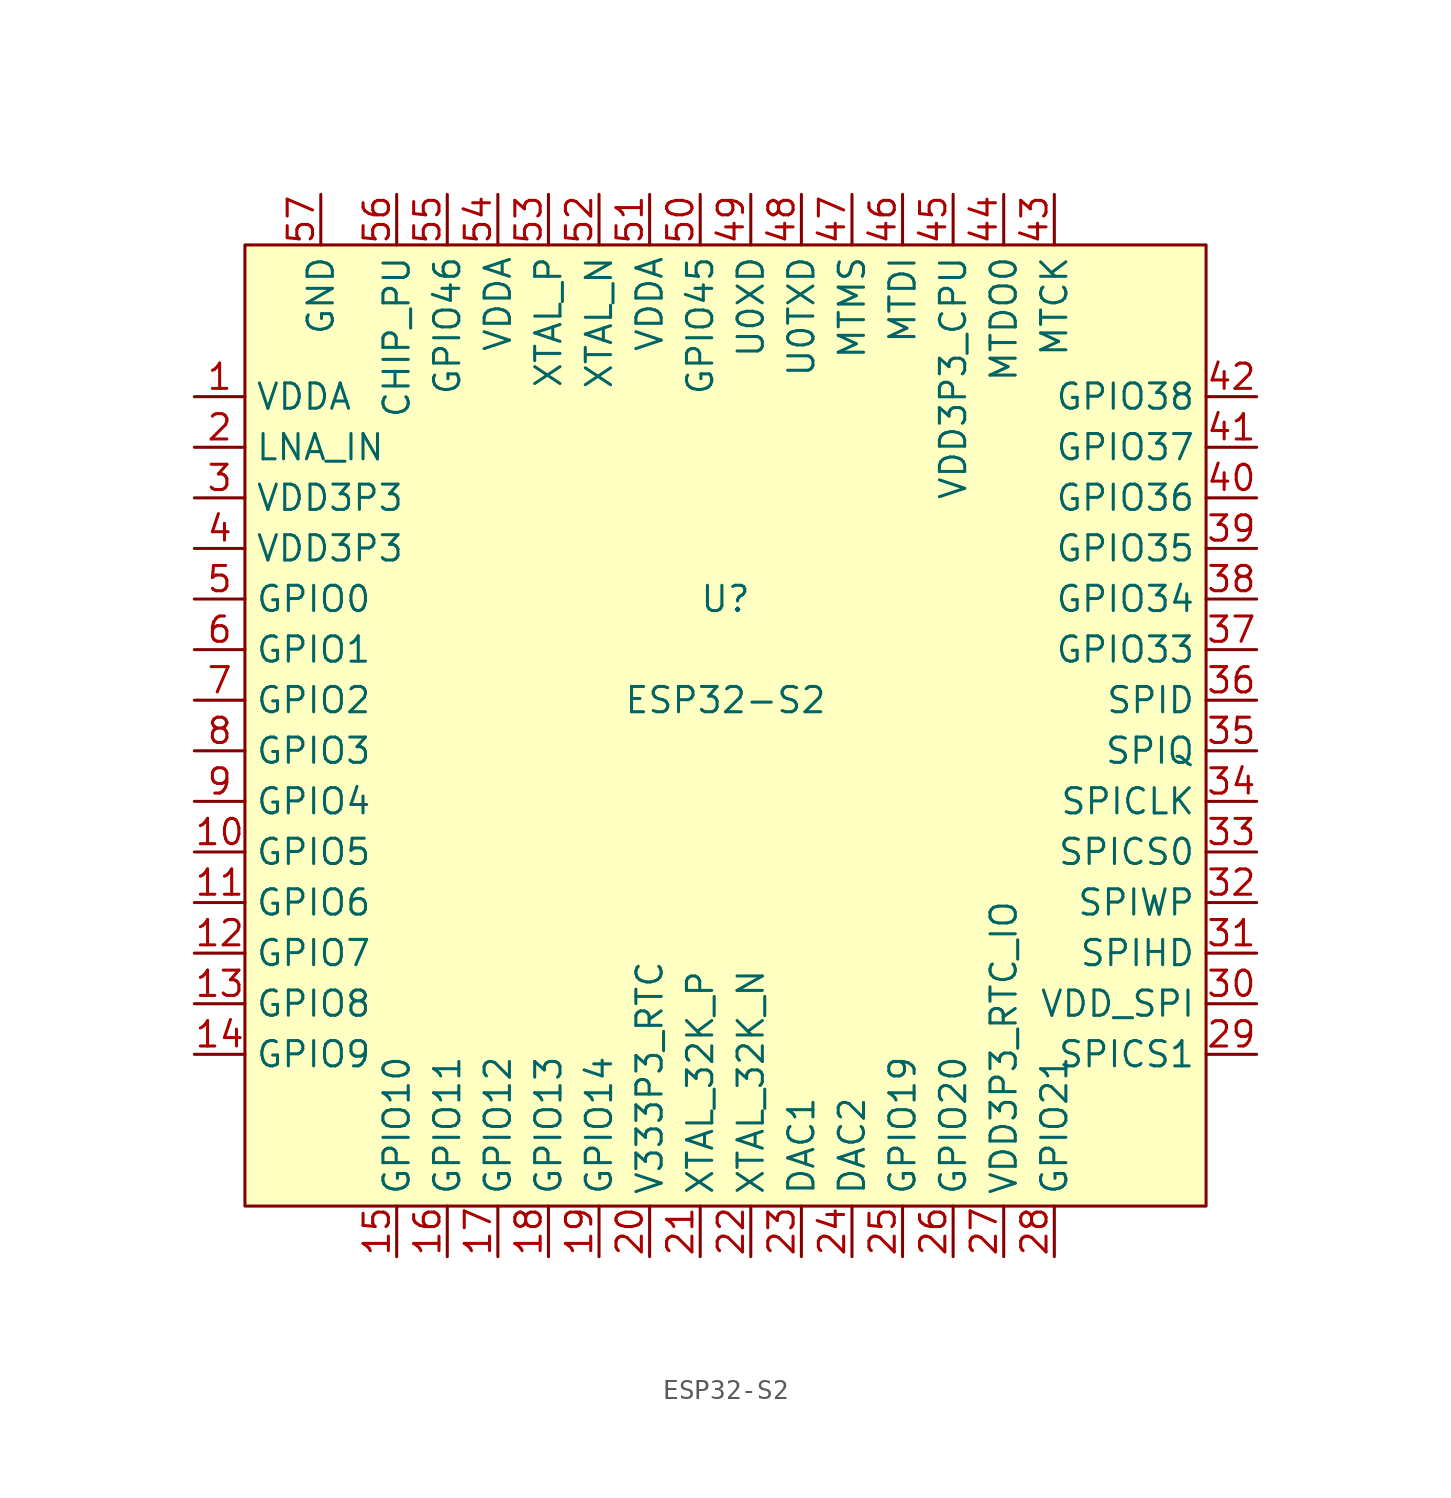
<source format=kicad_sym>
(kicad_symbol_lib
  (version 20211014)
  (generator kicad_symbol_editor)
  (symbol "ESP32-S2"
    (property "Reference" "U"
      (at 0 6.35 0)
      (effects (font (size 1.27 1.27))))
    (property "Value" "ESP32-S2"
      (at 0 1.27 0)
      (effects (font (size 1.27 1.27))))
    (symbol "ESP32-S2_0_1"
      (rectangle (start -24.13 24.13) (end 24.13 -24.13) (stroke (width 0.152) (type default) (color 0 0 0 0)) (fill (type background))))
    (symbol "ESP32-S2_1_1"
      (pin bidirectional line (at -26.67 16.51 0) (length 2.54) (name "VDDA" (effects (font (size 1.27 1.27)))) (number "1" (effects (font (size 1.27 1.27)))))
      (pin bidirectional line (at -26.67 -6.35 0) (length 2.54) (name "GPIO5" (effects (font (size 1.27 1.27)))) (number "10" (effects (font (size 1.27 1.27)))))
      (pin bidirectional line (at -26.67 -8.89 0) (length 2.54) (name "GPIO6" (effects (font (size 1.27 1.27)))) (number "11" (effects (font (size 1.27 1.27)))))
      (pin bidirectional line (at -26.67 -11.43 0) (length 2.54) (name "GPIO7" (effects (font (size 1.27 1.27)))) (number "12" (effects (font (size 1.27 1.27)))))
      (pin bidirectional line (at -26.67 -13.97 0) (length 2.54) (name "GPIO8" (effects (font (size 1.27 1.27)))) (number "13" (effects (font (size 1.27 1.27)))))
      (pin bidirectional line (at -26.67 -16.51 0) (length 2.54) (name "GPIO9" (effects (font (size 1.27 1.27)))) (number "14" (effects (font (size 1.27 1.27)))))
      (pin bidirectional line (at -16.51 -26.67 90) (length 2.54) (name "GPIO10" (effects (font (size 1.27 1.27)))) (number "15" (effects (font (size 1.27 1.27)))))
      (pin bidirectional line (at -13.97 -26.67 90) (length 2.54) (name "GPIO11" (effects (font (size 1.27 1.27)))) (number "16" (effects (font (size 1.27 1.27)))))
      (pin bidirectional line (at -11.43 -26.67 90) (length 2.54) (name "GPIO12" (effects (font (size 1.27 1.27)))) (number "17" (effects (font (size 1.27 1.27)))))
      (pin bidirectional line (at -8.89 -26.67 90) (length 2.54) (name "GPIO13" (effects (font (size 1.27 1.27)))) (number "18" (effects (font (size 1.27 1.27)))))
      (pin bidirectional line (at -6.35 -26.67 90) (length 2.54) (name "GPIO14" (effects (font (size 1.27 1.27)))) (number "19" (effects (font (size 1.27 1.27)))))
      (pin bidirectional line (at -26.67 13.97 0) (length 2.54) (name "LNA_IN" (effects (font (size 1.27 1.27)))) (number "2" (effects (font (size 1.27 1.27)))))
      (pin bidirectional line (at -3.81 -26.67 90) (length 2.54) (name "V333P3_RTC" (effects (font (size 1.27 1.27)))) (number "20" (effects (font (size 1.27 1.27)))))
      (pin bidirectional line (at -1.27 -26.67 90) (length 2.54) (name "XTAL_32K_P" (effects (font (size 1.27 1.27)))) (number "21" (effects (font (size 1.27 1.27)))))
      (pin bidirectional line (at 1.27 -26.67 90) (length 2.54) (name "XTAL_32K_N" (effects (font (size 1.27 1.27)))) (number "22" (effects (font (size 1.27 1.27)))))
      (pin bidirectional line (at 3.81 -26.67 90) (length 2.54) (name "DAC1" (effects (font (size 1.27 1.27)))) (number "23" (effects (font (size 1.27 1.27)))))
      (pin bidirectional line (at 6.35 -26.67 90) (length 2.54) (name "DAC2" (effects (font (size 1.27 1.27)))) (number "24" (effects (font (size 1.27 1.27)))))
      (pin bidirectional line (at 8.89 -26.67 90) (length 2.54) (name "GPIO19" (effects (font (size 1.27 1.27)))) (number "25" (effects (font (size 1.27 1.27)))))
      (pin bidirectional line (at 11.43 -26.67 90) (length 2.54) (name "GPIO20" (effects (font (size 1.27 1.27)))) (number "26" (effects (font (size 1.27 1.27)))))
      (pin bidirectional line (at 13.97 -26.67 90) (length 2.54) (name "VDD3P3_RTC_IO" (effects (font (size 1.27 1.27)))) (number "27" (effects (font (size 1.27 1.27)))))
      (pin bidirectional line (at 16.51 -26.67 90) (length 2.54) (name "GPIO21" (effects (font (size 1.27 1.27)))) (number "28" (effects (font (size 1.27 1.27)))))
      (pin bidirectional line (at 26.67 -16.51 180) (length 2.54) (name "SPICS1" (effects (font (size 1.27 1.27)))) (number "29" (effects (font (size 1.27 1.27)))))
      (pin bidirectional line (at -26.67 11.43 0) (length 2.54) (name "VDD3P3" (effects (font (size 1.27 1.27)))) (number "3" (effects (font (size 1.27 1.27)))))
      (pin bidirectional line (at 26.67 -13.97 180) (length 2.54) (name "VDD_SPI" (effects (font (size 1.27 1.27)))) (number "30" (effects (font (size 1.27 1.27)))))
      (pin bidirectional line (at 26.67 -11.43 180) (length 2.54) (name "SPIHD" (effects (font (size 1.27 1.27)))) (number "31" (effects (font (size 1.27 1.27)))))
      (pin bidirectional line (at 26.67 -8.89 180) (length 2.54) (name "SPIWP" (effects (font (size 1.27 1.27)))) (number "32" (effects (font (size 1.27 1.27)))))
      (pin bidirectional line (at 26.67 -6.35 180) (length 2.54) (name "SPICS0" (effects (font (size 1.27 1.27)))) (number "33" (effects (font (size 1.27 1.27)))))
      (pin bidirectional line (at 26.67 -3.81 180) (length 2.54) (name "SPICLK" (effects (font (size 1.27 1.27)))) (number "34" (effects (font (size 1.27 1.27)))))
      (pin bidirectional line (at 26.67 -1.27 180) (length 2.54) (name "SPIQ" (effects (font (size 1.27 1.27)))) (number "35" (effects (font (size 1.27 1.27)))))
      (pin bidirectional line (at 26.67 1.27 180) (length 2.54) (name "SPID" (effects (font (size 1.27 1.27)))) (number "36" (effects (font (size 1.27 1.27)))))
      (pin bidirectional line (at 26.67 3.81 180) (length 2.54) (name "GPIO33" (effects (font (size 1.27 1.27)))) (number "37" (effects (font (size 1.27 1.27)))))
      (pin bidirectional line (at 26.67 6.35 180) (length 2.54) (name "GPIO34" (effects (font (size 1.27 1.27)))) (number "38" (effects (font (size 1.27 1.27)))))
      (pin bidirectional line (at 26.67 8.89 180) (length 2.54) (name "GPIO35" (effects (font (size 1.27 1.27)))) (number "39" (effects (font (size 1.27 1.27)))))
      (pin bidirectional line (at -26.67 8.89 0) (length 2.54) (name "VDD3P3" (effects (font (size 1.27 1.27)))) (number "4" (effects (font (size 1.27 1.27)))))
      (pin bidirectional line (at 26.67 11.43 180) (length 2.54) (name "GPIO36" (effects (font (size 1.27 1.27)))) (number "40" (effects (font (size 1.27 1.27)))))
      (pin bidirectional line (at 26.67 13.97 180) (length 2.54) (name "GPIO37" (effects (font (size 1.27 1.27)))) (number "41" (effects (font (size 1.27 1.27)))))
      (pin bidirectional line (at 26.67 16.51 180) (length 2.54) (name "GPIO38" (effects (font (size 1.27 1.27)))) (number "42" (effects (font (size 1.27 1.27)))))
      (pin bidirectional line (at 16.51 26.67 270) (length 2.54) (name "MTCK" (effects (font (size 1.27 1.27)))) (number "43" (effects (font (size 1.27 1.27)))))
      (pin bidirectional line (at 13.97 26.67 270) (length 2.54) (name "MTDO0" (effects (font (size 1.27 1.27)))) (number "44" (effects (font (size 1.27 1.27)))))
      (pin bidirectional line (at 11.43 26.67 270) (length 2.54) (name "VDD3P3_CPU" (effects (font (size 1.27 1.27)))) (number "45" (effects (font (size 1.27 1.27)))))
      (pin bidirectional line (at 8.89 26.67 270) (length 2.54) (name "MTDI" (effects (font (size 1.27 1.27)))) (number "46" (effects (font (size 1.27 1.27)))))
      (pin bidirectional line (at 6.35 26.67 270) (length 2.54) (name "MTMS" (effects (font (size 1.27 1.27)))) (number "47" (effects (font (size 1.27 1.27)))))
      (pin bidirectional line (at 3.81 26.67 270) (length 2.54) (name "U0TXD" (effects (font (size 1.27 1.27)))) (number "48" (effects (font (size 1.27 1.27)))))
      (pin bidirectional line (at 1.27 26.67 270) (length 2.54) (name "U0XD" (effects (font (size 1.27 1.27)))) (number "49" (effects (font (size 1.27 1.27)))))
      (pin bidirectional line (at -26.67 6.35 0) (length 2.54) (name "GPIO0" (effects (font (size 1.27 1.27)))) (number "5" (effects (font (size 1.27 1.27)))))
      (pin bidirectional line (at -1.27 26.67 270) (length 2.54) (name "GPIO45" (effects (font (size 1.27 1.27)))) (number "50" (effects (font (size 1.27 1.27)))))
      (pin bidirectional line (at -3.81 26.67 270) (length 2.54) (name "VDDA" (effects (font (size 1.27 1.27)))) (number "51" (effects (font (size 1.27 1.27)))))
      (pin bidirectional line (at -6.35 26.67 270) (length 2.54) (name "XTAL_N" (effects (font (size 1.27 1.27)))) (number "52" (effects (font (size 1.27 1.27)))))
      (pin bidirectional line (at -8.89 26.67 270) (length 2.54) (name "XTAL_P" (effects (font (size 1.27 1.27)))) (number "53" (effects (font (size 1.27 1.27)))))
      (pin bidirectional line (at -11.43 26.67 270) (length 2.54) (name "VDDA" (effects (font (size 1.27 1.27)))) (number "54" (effects (font (size 1.27 1.27)))))
      (pin bidirectional line (at -13.97 26.67 270) (length 2.54) (name "GPIO46" (effects (font (size 1.27 1.27)))) (number "55" (effects (font (size 1.27 1.27)))))
      (pin bidirectional line (at -16.51 26.67 270) (length 2.54) (name "CHIP_PU" (effects (font (size 1.27 1.27)))) (number "56" (effects (font (size 1.27 1.27)))))
      (pin bidirectional line (at -20.32 26.67 270) (length 2.54) (name "GND" (effects (font (size 1.27 1.27)))) (number "57" (effects (font (size 1.27 1.27)))))
      (pin bidirectional line (at -26.67 3.81 0) (length 2.54) (name "GPIO1" (effects (font (size 1.27 1.27)))) (number "6" (effects (font (size 1.27 1.27)))))
      (pin bidirectional line (at -26.67 1.27 0) (length 2.54) (name "GPIO2" (effects (font (size 1.27 1.27)))) (number "7" (effects (font (size 1.27 1.27)))))
      (pin bidirectional line (at -26.67 -1.27 0) (length 2.54) (name "GPIO3" (effects (font (size 1.27 1.27)))) (number "8" (effects (font (size 1.27 1.27)))))
      (pin bidirectional line (at -26.67 -3.81 0) (length 2.54) (name "GPIO4" (effects (font (size 1.27 1.27)))) (number "9" (effects (font (size 1.27 1.27))))))))
</source>
